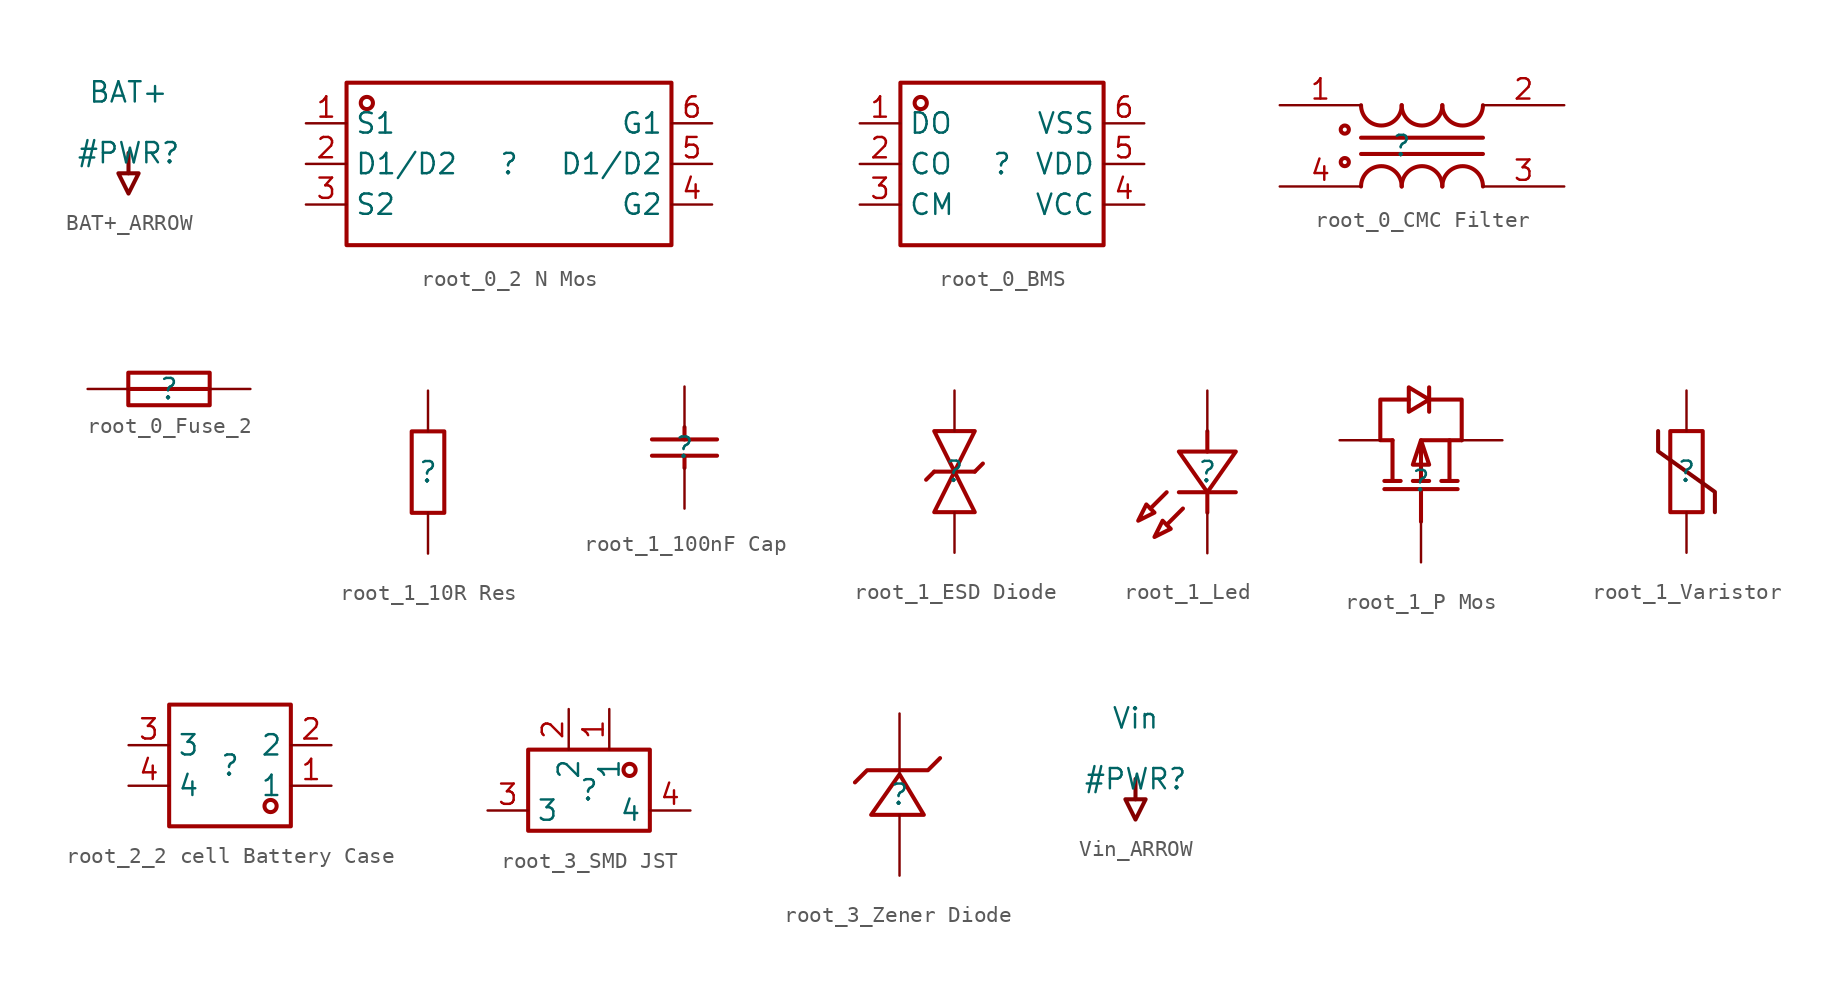
<source format=kicad_sym>
(kicad_symbol_lib
  (version 20231120)
  (generator "kicad_symbol_editor")
  (generator_version "8.0")
  (symbol "BAT+_ARROW"
    (power)
    (property "Reference" "#PWR"
      (at 0 0 0)
      (effects (font (size 1.27 1.27))))
    (property "Value" "BAT+"
      (at 0 3.81 0)
      (effects (font (size 1.27 1.27))))
    (symbol "BAT+_ARROW_0_0"
      (polyline (pts (xy 0 0) (xy 0 -1.27)) (stroke (width 0.254) (type solid)) (fill (type none)))
      (polyline (pts (xy -0.635 -1.27) (xy 0.635 -1.27) (xy 0 -2.54) (xy -0.635 -1.27)) (stroke (width 0.254) (type solid)) (fill (type none)))
      (pin power_in line (at 0 0 0) (length 0) hide (name "BAT+" (effects (font (size 1.27 1.27)))) (number "" (effects (font (size 1.27 1.27)))))))
  (symbol "root_0_2 N Mos"
    (property "Reference" ""
      (at 0 0 0)
      (effects (font (size 1.27 1.27))))
    (property "Value" ""
      (at 0 0 0)
      (effects (font (size 1.27 1.27))))
    (symbol "root_0_2 N Mos_1_0"
      (rectangle (start -10.16 5.08) (end 10.16 -5.08) (stroke (width 0.254) (type solid) (color 160 0 0 1)) (fill (type none)))
      (circle (center -8.89 3.81) (radius 0.381) (stroke (width 0.254) (type solid) (color 160 0 0 1)) (fill (type none)))
      (pin passive line (at -12.7 2.54 0) (length 2.54) (name "S1" (effects (font (size 1.27 1.27)))) (number "1" (effects (font (size 1.27 1.27)))))
      (pin passive line (at -12.7 0 0) (length 2.54) (name "D1/D2" (effects (font (size 1.27 1.27)))) (number "2" (effects (font (size 1.27 1.27)))))
      (pin passive line (at -12.7 -2.54 0) (length 2.54) (name "S2" (effects (font (size 1.27 1.27)))) (number "3" (effects (font (size 1.27 1.27)))))
      (pin passive line (at 12.7 -2.54 180) (length 2.54) (name "G2" (effects (font (size 1.27 1.27)))) (number "4" (effects (font (size 1.27 1.27)))))
      (pin passive line (at 12.7 0 180) (length 2.54) (name "D1/D2" (effects (font (size 1.27 1.27)))) (number "5" (effects (font (size 1.27 1.27)))))
      (pin passive line (at 12.7 2.54 180) (length 2.54) (name "G1" (effects (font (size 1.27 1.27)))) (number "6" (effects (font (size 1.27 1.27)))))))
  (symbol "root_0_BMS"
    (property "Reference" ""
      (at 0 0 0)
      (effects (font (size 1.27 1.27))))
    (property "Value" ""
      (at 0 0 0)
      (effects (font (size 1.27 1.27))))
    (symbol "root_0_BMS_1_0"
      (rectangle (start -6.35 5.08) (end 6.35 -5.08) (stroke (width 0.254) (type solid) (color 160 0 0 1)) (fill (type none)))
      (circle (center -5.08 3.81) (radius 0.381) (stroke (width 0.254) (type solid) (color 160 0 0 1)) (fill (type none)))
      (pin passive line (at -8.89 2.54 0) (length 2.54) (name "DO" (effects (font (size 1.27 1.27)))) (number "1" (effects (font (size 1.27 1.27)))))
      (pin passive line (at -8.89 0 0) (length 2.54) (name "CO" (effects (font (size 1.27 1.27)))) (number "2" (effects (font (size 1.27 1.27)))))
      (pin passive line (at -8.89 -2.54 0) (length 2.54) (name "CM" (effects (font (size 1.27 1.27)))) (number "3" (effects (font (size 1.27 1.27)))))
      (pin passive line (at 8.89 -2.54 180) (length 2.54) (name "VCC" (effects (font (size 1.27 1.27)))) (number "4" (effects (font (size 1.27 1.27)))))
      (pin passive line (at 8.89 0 180) (length 2.54) (name "VDD" (effects (font (size 1.27 1.27)))) (number "5" (effects (font (size 1.27 1.27)))))
      (pin passive line (at 8.89 2.54 180) (length 2.54) (name "VSS" (effects (font (size 1.27 1.27)))) (number "6" (effects (font (size 1.27 1.27)))))))
  (symbol "root_0_CMC Filter"
    (property "Reference" ""
      (at 0 0 0)
      (effects (font (size 1.27 1.27))))
    (property "Value" ""
      (at 0 0 0)
      (effects (font (size 1.27 1.27))))
    (symbol "root_0_CMC Filter_1_0"
      (circle (center -3.556 -1.016) (radius 0.254) (stroke (width 0.254) (type solid) (color 160 0 0 1)) (fill (type none)))
      (circle (center -3.556 1.016) (radius 0.254) (stroke (width 0.254) (type solid) (color 160 0 0 1)) (fill (type none)))
      (arc (start -2.54 2.54) (mid -1.27 1.27) (end 0 2.54) (stroke (width 0.254) (type solid) (color 160 0 0 1)) (fill (type none)))
      (arc (start 0 -2.54) (mid -1.27 -1.27) (end -2.54 -2.54) (stroke (width 0.254) (type solid) (color 160 0 0 1)) (fill (type none)))
      (polyline (pts (xy -2.54 -0.508) (xy 5.08 -0.508)) (stroke (width 0.254) (type solid) (color 160 0 0 1)) (fill (type none)))
      (polyline (pts (xy -2.54 0.508) (xy 5.08 0.508)) (stroke (width 0.254) (type solid) (color 160 0 0 1)) (fill (type none)))
      (arc (start 0 2.54) (mid 1.27 1.27) (end 2.54 2.54) (stroke (width 0.254) (type solid) (color 160 0 0 1)) (fill (type none)))
      (arc (start 2.54 -2.54) (mid 1.27 -1.27) (end 0 -2.54) (stroke (width 0.254) (type solid) (color 160 0 0 1)) (fill (type none)))
      (arc (start 2.54 2.54) (mid 3.81 1.27) (end 5.08 2.54) (stroke (width 0.254) (type solid) (color 160 0 0 1)) (fill (type none)))
      (arc (start 5.08 -2.54) (mid 3.81 -1.27) (end 2.54 -2.54) (stroke (width 0.254) (type solid) (color 160 0 0 1)) (fill (type none)))
      (pin passive line (at -7.62 2.54 0) (length 5.08) (name "1" (effects (font (size 0 0)))) (number "1" (effects (font (size 1.27 1.27)))))
      (pin passive line (at 10.16 2.54 180) (length 5.08) (name "2" (effects (font (size 0 0)))) (number "2" (effects (font (size 1.27 1.27)))))
      (pin passive line (at 10.16 -2.54 180) (length 5.08) (name "3" (effects (font (size 0 0)))) (number "3" (effects (font (size 1.27 1.27)))))
      (pin passive line (at -7.62 -2.54 0) (length 5.08) (name "4" (effects (font (size 0 0)))) (number "4" (effects (font (size 1.27 1.27)))))))
  (symbol "root_0_Fuse_2"
    (property "Reference" ""
      (at 0 0 0)
      (effects (font (size 1.27 1.27))))
    (property "Value" ""
      (at 0 0 0)
      (effects (font (size 1.27 1.27))))
    (symbol "root_0_Fuse_2_1_0"
      (rectangle (start -2.54 1.016) (end 2.54 -1.016) (stroke (width 0.254) (type solid) (color 160 0 0 1)) (fill (type none)))
      (polyline (pts (xy -2.54 0) (xy 2.54 0)) (stroke (width 0.254) (type solid) (color 160 0 0 1)) (fill (type none)))
      (pin passive line (at -5.08 0 0) (length 2.54) (name "1" (effects (font (size 0 0)))) (number "1" (effects (font (size 0 0)))))
      (pin passive line (at 5.08 0 180) (length 2.54) (name "2" (effects (font (size 0 0)))) (number "2" (effects (font (size 0 0)))))))
  (symbol "root_1_10R Res"
    (property "Reference" ""
      (at 0 0 0)
      (effects (font (size 1.27 1.27))))
    (property "Value" ""
      (at 0 0 0)
      (effects (font (size 1.27 1.27))))
    (symbol "root_1_10R Res_1_0"
      (rectangle (start -1.016 2.54) (end 1.016 -2.54) (stroke (width 0.254) (type solid) (color 160 0 0 1)) (fill (type none)))
      (pin passive line (at 0 -5.08 90) (length 2.54) (name "1" (effects (font (size 0 0)))) (number "1" (effects (font (size 0 0)))))
      (pin passive line (at 0 5.08 270) (length 2.54) (name "2" (effects (font (size 0 0)))) (number "2" (effects (font (size 0 0)))))))
  (symbol "root_1_100nF Cap"
    (property "Reference" ""
      (at 0 0 0)
      (effects (font (size 1.27 1.27))))
    (property "Value" ""
      (at 0 0 0)
      (effects (font (size 1.27 1.27))))
    (symbol "root_1_100nF Cap_1_0"
      (polyline (pts (xy -2.032 -0.508) (xy 2.032 -0.508)) (stroke (width 0.254) (type solid) (color 160 0 0 1)) (fill (type none)))
      (polyline (pts (xy -2.032 0.508) (xy 2.032 0.508)) (stroke (width 0.254) (type solid) (color 160 0 0 1)) (fill (type none)))
      (polyline (pts (xy 0 -1.27) (xy 0 -0.508)) (stroke (width 0.254) (type solid) (color 160 0 0 1)) (fill (type none)))
      (polyline (pts (xy 0 0.508) (xy 0 1.27)) (stroke (width 0.254) (type solid) (color 160 0 0 1)) (fill (type none)))
      (pin passive line (at 0 -3.81 90) (length 2.54) (name "1" (effects (font (size 0 0)))) (number "1" (effects (font (size 0 0)))))
      (pin passive line (at 0 3.81 270) (length 2.54) (name "2" (effects (font (size 0 0)))) (number "2" (effects (font (size 0 0)))))))
  (symbol "root_1_ESD Diode"
    (property "Reference" ""
      (at 0 0 0)
      (effects (font (size 1.27 1.27))))
    (property "Value" ""
      (at 0 0 0)
      (effects (font (size 1.27 1.27))))
    (symbol "root_1_ESD Diode_1_0"
      (polyline (pts (xy -1.27 0) (xy -1.778 -0.508)) (stroke (width 0.254) (type solid) (color 160 0 0 1)) (fill (type none)))
      (polyline (pts (xy 0 0) (xy -1.27 0)) (stroke (width 0.254) (type solid) (color 160 0 0 1)) (fill (type none)))
      (polyline (pts (xy 1.27 0) (xy 0 0)) (stroke (width 0.254) (type solid) (color 160 0 0 1)) (fill (type none)))
      (polyline (pts (xy 1.778 0.508) (xy 1.27 0)) (stroke (width 0.254) (type solid) (color 160 0 0 1)) (fill (type none)))
      (polyline (pts (xy -1.27 -2.54) (xy 0 0) (xy 0 0) (xy 1.27 -2.54) (xy 1.27 -2.54) (xy -1.27 -2.54)) (stroke (width 0.254) (type solid) (color 160 0 0 1)) (fill (type none)))
      (polyline (pts (xy -1.27 2.54) (xy 0 0) (xy 0 0) (xy 1.27 2.54) (xy 1.27 2.54) (xy -1.27 2.54)) (stroke (width 0.254) (type solid) (color 160 0 0 1)) (fill (type none)))
      (pin passive line (at 0 -5.08 90) (length 2.54) (name "1" (effects (font (size 0 0)))) (number "1" (effects (font (size 0 0)))))
      (pin passive line (at 0 5.08 270) (length 2.54) (name "2" (effects (font (size 0 0)))) (number "2" (effects (font (size 0 0)))))))
  (symbol "root_1_Led"
    (property "Reference" ""
      (at 0 0 0)
      (effects (font (size 1.27 1.27))))
    (property "Value" ""
      (at 0 0 0)
      (effects (font (size 1.27 1.27))))
    (symbol "root_1_Led_1_0"
      (polyline (pts (xy -2.54 -1.27) (xy -3.556 -2.286)) (stroke (width 0.254) (type solid) (color 160 0 0 1)) (fill (type none)))
      (polyline (pts (xy -1.778 -1.27) (xy 1.778 -1.27)) (stroke (width 0.254) (type solid) (color 160 0 0 1)) (fill (type none)))
      (polyline (pts (xy -1.524 -2.286) (xy -2.54 -3.302)) (stroke (width 0.254) (type solid) (color 160 0 0 1)) (fill (type none)))
      (polyline (pts (xy 0 -1.27) (xy 0 -2.54)) (stroke (width 0.254) (type solid) (color 160 0 0 1)) (fill (type none)))
      (polyline (pts (xy 0 2.54) (xy 0 1.27)) (stroke (width 0.254) (type solid) (color 160 0 0 1)) (fill (type none)))
      (polyline (pts (xy -4.318 -3.048) (xy -3.81 -2.032) (xy -3.81 -2.032) (xy -3.302 -2.54) (xy -3.302 -2.54) (xy -4.318 -3.048)) (stroke (width 0.254) (type solid) (color 160 0 0 1)) (fill (type none)))
      (polyline (pts (xy -3.302 -4.064) (xy -2.794 -3.048) (xy -2.794 -3.048) (xy -2.286 -3.556) (xy -2.286 -3.556) (xy -3.302 -4.064)) (stroke (width 0.254) (type solid) (color 160 0 0 1)) (fill (type none)))
      (polyline (pts (xy -1.778 1.27) (xy 0 -1.27) (xy 0 -1.27) (xy 1.778 1.27) (xy 1.778 1.27) (xy -1.778 1.27)) (stroke (width 0.254) (type solid) (color 160 0 0 1)) (fill (type none)))
      (pin passive line (at 0 -5.08 90) (length 2.54) (name "K" (effects (font (size 0 0)))) (number "1" (effects (font (size 0 0)))))
      (pin passive line (at 0 5.08 270) (length 2.54) (name "A" (effects (font (size 0 0)))) (number "2" (effects (font (size 0 0)))))))
  (symbol "root_1_P Mos"
    (property "Reference" ""
      (at 0 0 0)
      (effects (font (size 1.27 1.27))))
    (property "Value" ""
      (at 0 0 0)
      (effects (font (size 1.27 1.27))))
    (symbol "root_1_P Mos_1_0"
      (polyline (pts (xy -2.286 -0.508) (xy 2.286 -0.508)) (stroke (width 0.254) (type solid) (color 160 0 0 1)) (fill (type none)))
      (polyline (pts (xy -1.778 2.54) (xy -1.778 0)) (stroke (width 0.254) (type solid) (color 160 0 0 1)) (fill (type none)))
      (polyline (pts (xy -1.27 0) (xy -2.286 0)) (stroke (width 0.254) (type solid) (color 160 0 0 1)) (fill (type none)))
      (polyline (pts (xy 0 -2.54) (xy 0 -0.508)) (stroke (width 0.254) (type solid) (color 160 0 0 1)) (fill (type none)))
      (polyline (pts (xy 0.508 0) (xy -0.508 0)) (stroke (width 0.254) (type solid) (color 160 0 0 1)) (fill (type none)))
      (polyline (pts (xy 1.778 2.54) (xy 1.778 0)) (stroke (width 0.254) (type solid) (color 160 0 0 1)) (fill (type none)))
      (polyline (pts (xy 2.286 0) (xy 1.27 0)) (stroke (width 0.254) (type solid) (color 160 0 0 1)) (fill (type none)))
      (polyline (pts (xy 0 0) (xy 0 2.54) (xy 0 2.54) (xy 2.54 2.54)) (stroke (width 0.254) (type solid) (color 160 0 0 1)) (fill (type none)))
      (polyline (pts (xy 2.54 2.54) (xy 2.54 5.08) (xy 2.54 5.08) (xy 0.508 5.08)) (stroke (width 0.254) (type solid) (color 160 0 0 1)) (fill (type none)))
      (polyline (pts (xy -1.778 2.54) (xy -2.54 2.54) (xy -2.54 2.54) (xy -2.54 5.08) (xy -2.54 5.08) (xy -0.762 5.08)) (stroke (width 0.254) (type solid) (color 160 0 0 1)) (fill (type none)))
      (polyline (pts (xy 0 2.54) (xy -0.508 1.016) (xy -0.508 1.016) (xy 0.508 1.016) (xy 0.508 1.016) (xy 0 2.54)) (stroke (width 0.254) (type solid) (color 160 0 0 1)) (fill (type none)))
      (polyline (pts (xy 0.508 5.08) (xy -0.762 5.842) (xy -0.762 5.842) (xy -0.762 4.318) (xy -0.762 4.318) (xy 0.508 5.08)) (stroke (width 0.254) (type solid) (color 160 0 0 1)) (fill (type none)))
      (polyline (pts (xy 0.508 5.842) (xy 0.508 5.588) (xy 0.508 5.588) (xy 0.508 4.572) (xy 0.508 4.572) (xy 0.508 4.318)) (stroke (width 0.254) (type solid) (color 160 0 0 1)) (fill (type none)))
      (pin passive line (at 0 -5.08 90) (length 2.54) (name "G" (effects (font (size 0 0)))) (number "1" (effects (font (size 0 0)))))
      (pin passive line (at 5.08 2.54 180) (length 2.54) (name "S" (effects (font (size 0 0)))) (number "2" (effects (font (size 0 0)))))
      (pin passive line (at -5.08 2.54 0) (length 2.54) (name "D" (effects (font (size 0 0)))) (number "3" (effects (font (size 0 0)))))))
  (symbol "root_1_Varistor"
    (property "Reference" ""
      (at 0 0 0)
      (effects (font (size 1.27 1.27))))
    (property "Value" ""
      (at 0 0 0)
      (effects (font (size 1.27 1.27))))
    (symbol "root_1_Varistor_1_0"
      (rectangle (start -1.016 2.54) (end 1.016 -2.54) (stroke (width 0.254) (type solid) (color 160 0 0 1)) (fill (type none)))
      (polyline (pts (xy 1.778 -2.54) (xy 1.778 -1.27) (xy 1.778 -1.27) (xy -1.778 1.27) (xy -1.778 1.27) (xy -1.778 2.54)) (stroke (width 0.254) (type solid) (color 136 0 0 1)) (fill (type none)))
      (pin passive line (at 0 -5.08 90) (length 2.54) (name "1" (effects (font (size 0 0)))) (number "1" (effects (font (size 0 0)))))
      (pin passive line (at 0 5.08 270) (length 2.54) (name "2" (effects (font (size 0 0)))) (number "2" (effects (font (size 0 0)))))))
  (symbol "root_2_2 cell Battery Case"
    (property "Reference" ""
      (at 0 0 0)
      (effects (font (size 1.27 1.27))))
    (property "Value" ""
      (at 0 0 0)
      (effects (font (size 1.27 1.27))))
    (symbol "root_2_2 cell Battery Case_1_0"
      (rectangle (start -3.81 3.81) (end 3.81 -3.81) (stroke (width 0.254) (type solid) (color 160 0 0 1)) (fill (type none)))
      (circle (center 2.54 -2.54) (radius 0.381) (stroke (width 0.254) (type solid) (color 160 0 0 1)) (fill (type none)))
      (pin passive line (at 6.35 -1.27 180) (length 2.54) (name "1" (effects (font (size 1.27 1.27)))) (number "1" (effects (font (size 1.27 1.27)))))
      (pin passive line (at 6.35 1.27 180) (length 2.54) (name "2" (effects (font (size 1.27 1.27)))) (number "2" (effects (font (size 1.27 1.27)))))
      (pin passive line (at -6.35 1.27 0) (length 2.54) (name "3" (effects (font (size 1.27 1.27)))) (number "3" (effects (font (size 1.27 1.27)))))
      (pin passive line (at -6.35 -1.27 0) (length 2.54) (name "4" (effects (font (size 1.27 1.27)))) (number "4" (effects (font (size 1.27 1.27)))))))
  (symbol "root_3_SMD JST"
    (property "Reference" ""
      (at 0 0 0)
      (effects (font (size 1.27 1.27))))
    (property "Value" ""
      (at 0 0 0)
      (effects (font (size 1.27 1.27))))
    (symbol "root_3_SMD JST_1_0"
      (rectangle (start -3.81 2.54) (end 3.81 -2.54) (stroke (width 0.254) (type solid) (color 160 0 0 1)) (fill (type none)))
      (circle (center 2.54 1.27) (radius 0.381) (stroke (width 0.254) (type solid) (color 160 0 0 1)) (fill (type none)))
      (pin passive line (at 1.27 5.08 270) (length 2.54) (name "1" (effects (font (size 1.27 1.27)))) (number "1" (effects (font (size 1.27 1.27)))))
      (pin passive line (at -1.27 5.08 270) (length 2.54) (name "2" (effects (font (size 1.27 1.27)))) (number "2" (effects (font (size 1.27 1.27)))))
      (pin passive line (at -6.35 -1.27 0) (length 2.54) (name "3" (effects (font (size 1.27 1.27)))) (number "3" (effects (font (size 1.27 1.27)))))
      (pin passive line (at 6.35 -1.27 180) (length 2.54) (name "4" (effects (font (size 1.27 1.27)))) (number "4" (effects (font (size 1.27 1.27)))))))
  (symbol "root_3_Zener Diode"
    (property "Reference" ""
      (at 0 0 0)
      (effects (font (size 1.27 1.27))))
    (property "Value" ""
      (at 0 0 0)
      (effects (font (size 1.27 1.27))))
    (symbol "root_3_Zener Diode_1_0"
      (polyline (pts (xy 1.524 -1.27) (xy 0 1.27) (xy 0 1.27) (xy -1.778 -1.27) (xy -1.778 -1.27) (xy 1.524 -1.27)) (stroke (width 0.254) (type solid) (color 160 0 0 1)) (fill (type none)))
      (polyline (pts (xy 2.54 2.286) (xy 1.778 1.524) (xy 1.778 1.524) (xy -2.032 1.524) (xy -2.032 1.524) (xy -2.794 0.762)) (stroke (width 0.254) (type solid) (color 160 0 0 1)) (fill (type none)))
      (pin passive line (at 0 5.08 270) (length 3.81) (name "K" (effects (font (size 0 0)))) (number "1" (effects (font (size 0 0)))))
      (pin passive line (at 0 -5.08 90) (length 3.81) (name "A" (effects (font (size 0 0)))) (number "2" (effects (font (size 0 0)))))))
  (symbol "Vin_ARROW"
    (power)
    (property "Reference" "#PWR"
      (at 0 0 0)
      (effects (font (size 1.27 1.27))))
    (property "Value" "Vin"
      (at 0 3.81 0)
      (effects (font (size 1.27 1.27))))
    (symbol "Vin_ARROW_0_0"
      (polyline (pts (xy 0 0) (xy 0 -1.27)) (stroke (width 0.254) (type solid)) (fill (type none)))
      (polyline (pts (xy -0.635 -1.27) (xy 0.635 -1.27) (xy 0 -2.54) (xy -0.635 -1.27)) (stroke (width 0.254) (type solid)) (fill (type none)))
      (pin power_in line (at 0 0 0) (length 0) hide (name "Vin" (effects (font (size 1.27 1.27)))) (number "" (effects (font (size 1.27 1.27))))))))
</source>
